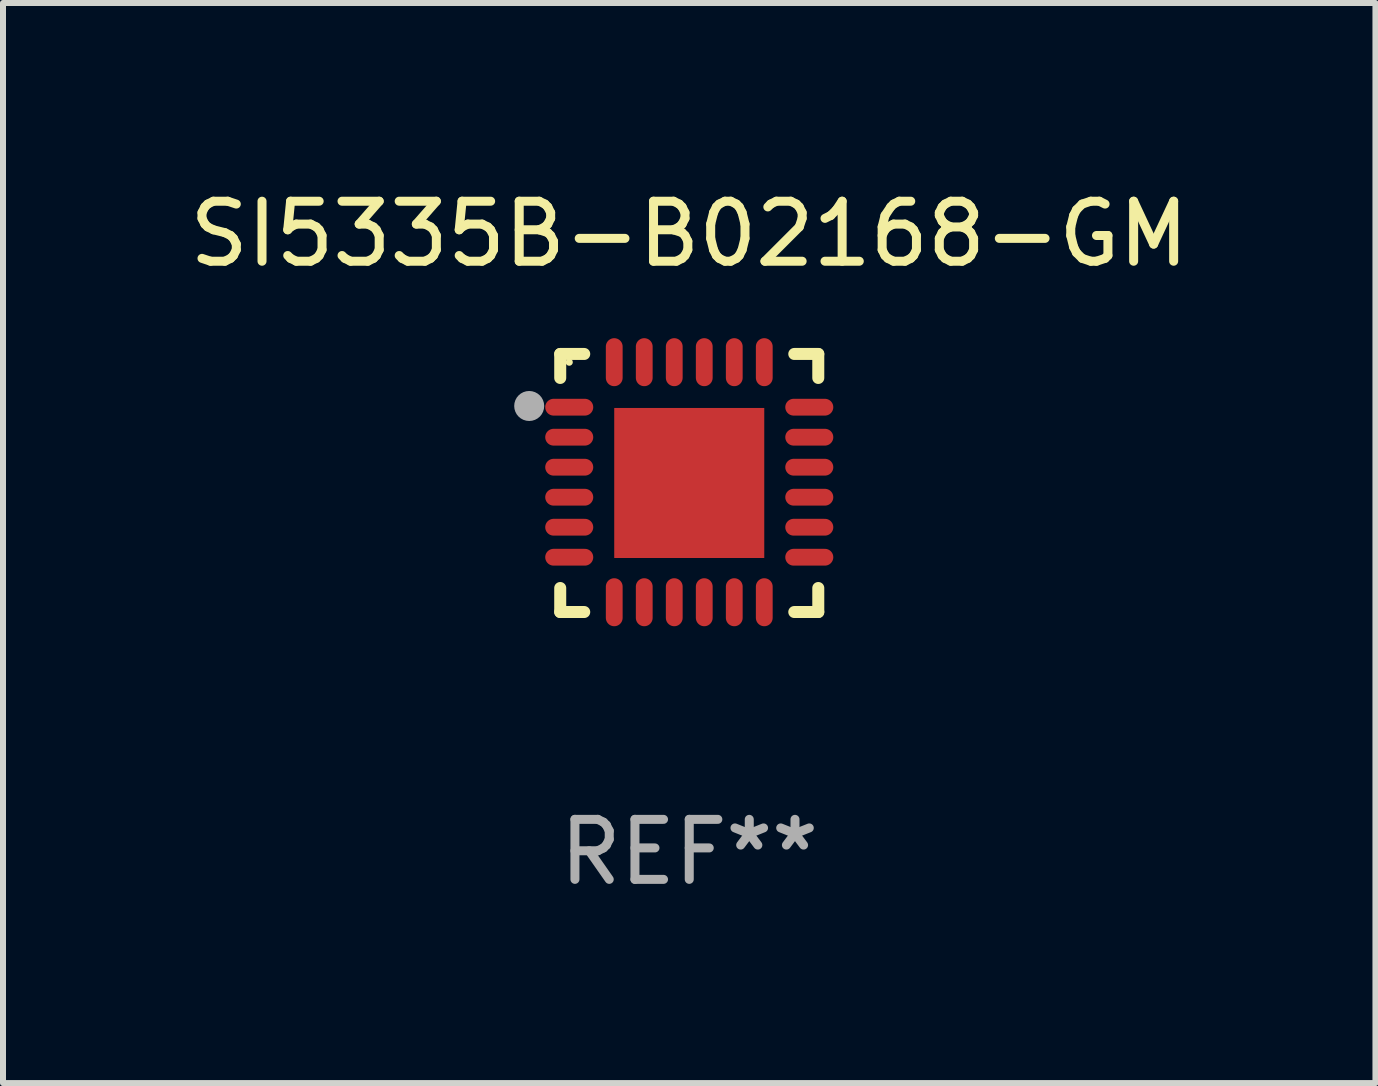
<source format=kicad_pcb>
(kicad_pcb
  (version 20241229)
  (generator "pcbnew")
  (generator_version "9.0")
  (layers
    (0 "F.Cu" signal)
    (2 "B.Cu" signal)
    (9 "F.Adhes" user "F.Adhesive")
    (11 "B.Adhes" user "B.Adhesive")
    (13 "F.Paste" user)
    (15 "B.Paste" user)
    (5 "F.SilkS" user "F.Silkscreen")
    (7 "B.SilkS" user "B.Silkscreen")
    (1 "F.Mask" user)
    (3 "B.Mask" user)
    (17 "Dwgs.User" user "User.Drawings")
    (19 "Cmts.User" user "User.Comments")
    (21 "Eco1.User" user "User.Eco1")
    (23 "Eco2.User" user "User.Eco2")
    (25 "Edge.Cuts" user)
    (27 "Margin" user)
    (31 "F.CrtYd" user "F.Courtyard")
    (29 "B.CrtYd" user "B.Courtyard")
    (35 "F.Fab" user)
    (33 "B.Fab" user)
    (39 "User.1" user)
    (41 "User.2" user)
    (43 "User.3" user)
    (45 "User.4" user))
  (footprint "SI5335B-B02168-GM"
    (layer "F.Cu")
    (at 8.435 4.998)
    (property "Reference" "SI5335B-B02168-GM" (at 0 -4.15 0) (layer "F.SilkS") (effects (font (size 1 1) (thickness 0.15))))
    (attr through_hole)
    (fp_line (start -2.15 -2.15) (end -1.75 -2.15) (stroke (width 0.2) (type solid)) (layer "F.SilkS"))
    (fp_line (start -2.15 -1.75) (end -2.15 -2.15) (stroke (width 0.2) (type solid)) (layer "F.SilkS"))
    (fp_line (start -2.15 2.15) (end -2.15 1.75) (stroke (width 0.2) (type solid)) (layer "F.SilkS"))
    (fp_line (start -1.75 2.15) (end -2.15 2.15) (stroke (width 0.2) (type solid)) (layer "F.SilkS"))
    (fp_line (start 1.75 -2.15) (end 2.15 -2.15) (stroke (width 0.2) (type solid)) (layer "F.SilkS"))
    (fp_line (start 1.75 2.15) (end 2.15 2.15) (stroke (width 0.2) (type solid)) (layer "F.SilkS"))
    (fp_line (start 2.15 -2.15) (end 2.15 -1.75) (stroke (width 0.2) (type solid)) (layer "F.SilkS"))
    (fp_line (start 2.15 2.15) (end 2.15 1.75) (stroke (width 0.2) (type solid)) (layer "F.SilkS"))
    (fp_circle (center -2 -2.013) (end -1.97 -2.013) (stroke (width 0.06) (type solid)) (fill no) (layer "F.SilkS"))
    (fp_circle (center -2.667 -1.283) (end -2.542 -1.283) (stroke (width 0.25) (type solid)) (fill no) (layer "F.Fab"))
    (fp_text user "REF**" (at 0 6.15 0) (layer "F.Fab") (effects (font (size 1 1) (thickness 0.15))))
    (pad "1" smd oval (at -2 -1.263) (size 0.8 0.28) (layers "F.Cu" "F.Mask" "F.Paste"))
    (pad "2" smd oval (at -2 -0.763) (size 0.8 0.28) (layers "F.Cu" "F.Mask" "F.Paste"))
    (pad "3" smd oval (at -2 -0.263) (size 0.8 0.28) (layers "F.Cu" "F.Mask" "F.Paste"))
    (pad "4" smd oval (at -2 0.237) (size 0.8 0.28) (layers "F.Cu" "F.Mask" "F.Paste"))
    (pad "5" smd oval (at -2 0.737) (size 0.8 0.28) (layers "F.Cu" "F.Mask" "F.Paste"))
    (pad "6" smd oval (at -2 1.237) (size 0.8 0.28) (layers "F.Cu" "F.Mask" "F.Paste"))
    (pad "7" smd oval (at -1.25 1.987) (size 0.28 0.8) (layers "F.Cu" "F.Mask" "F.Paste"))
    (pad "8" smd oval (at -0.75 1.987) (size 0.28 0.8) (layers "F.Cu" "F.Mask" "F.Paste"))
    (pad "9" smd oval (at -0.25 1.987) (size 0.28 0.8) (layers "F.Cu" "F.Mask" "F.Paste"))
    (pad "10" smd oval (at 0.25 1.987) (size 0.28 0.8) (layers "F.Cu" "F.Mask" "F.Paste"))
    (pad "11" smd oval (at 0.75 1.987) (size 0.28 0.8) (layers "F.Cu" "F.Mask" "F.Paste"))
    (pad "12" smd oval (at 1.25 1.987) (size 0.28 0.8) (layers "F.Cu" "F.Mask" "F.Paste"))
    (pad "13" smd oval (at 2 1.237) (size 0.8 0.28) (layers "F.Cu" "F.Mask" "F.Paste"))
    (pad "14" smd oval (at 2 0.737) (size 0.8 0.28) (layers "F.Cu" "F.Mask" "F.Paste"))
    (pad "15" smd oval (at 2 0.237) (size 0.8 0.28) (layers "F.Cu" "F.Mask" "F.Paste"))
    (pad "16" smd oval (at 2 -0.263) (size 0.8 0.28) (layers "F.Cu" "F.Mask" "F.Paste"))
    (pad "17" smd oval (at 2 -0.763) (size 0.8 0.28) (layers "F.Cu" "F.Mask" "F.Paste"))
    (pad "18" smd oval (at 2 -1.263) (size 0.8 0.28) (layers "F.Cu" "F.Mask" "F.Paste"))
    (pad "19" smd oval (at 1.25 -2.013) (size 0.28 0.8) (layers "F.Cu" "F.Mask" "F.Paste"))
    (pad "20" smd oval (at 0.75 -2.013) (size 0.28 0.8) (layers "F.Cu" "F.Mask" "F.Paste"))
    (pad "21" smd oval (at 0.25 -2.013) (size 0.28 0.8) (layers "F.Cu" "F.Mask" "F.Paste"))
    (pad "22" smd oval (at -0.25 -2.013) (size 0.28 0.8) (layers "F.Cu" "F.Mask" "F.Paste"))
    (pad "23" smd oval (at -0.75 -2.013) (size 0.28 0.8) (layers "F.Cu" "F.Mask" "F.Paste"))
    (pad "24" smd oval (at -1.25 -2.013) (size 0.28 0.8) (layers "F.Cu" "F.Mask" "F.Paste"))
    (pad "25" smd rect (at -0.000127 -0.00014) (size 2.5 2.5) (layers "F.Cu" "F.Mask" "F.Paste")))
  (gr_rect
    (start -3 -3)
    (end 19.869 14.997)
    (stroke (width 0.1) (type default))
    (fill no)
    (layer "Edge.Cuts")))
</source>
